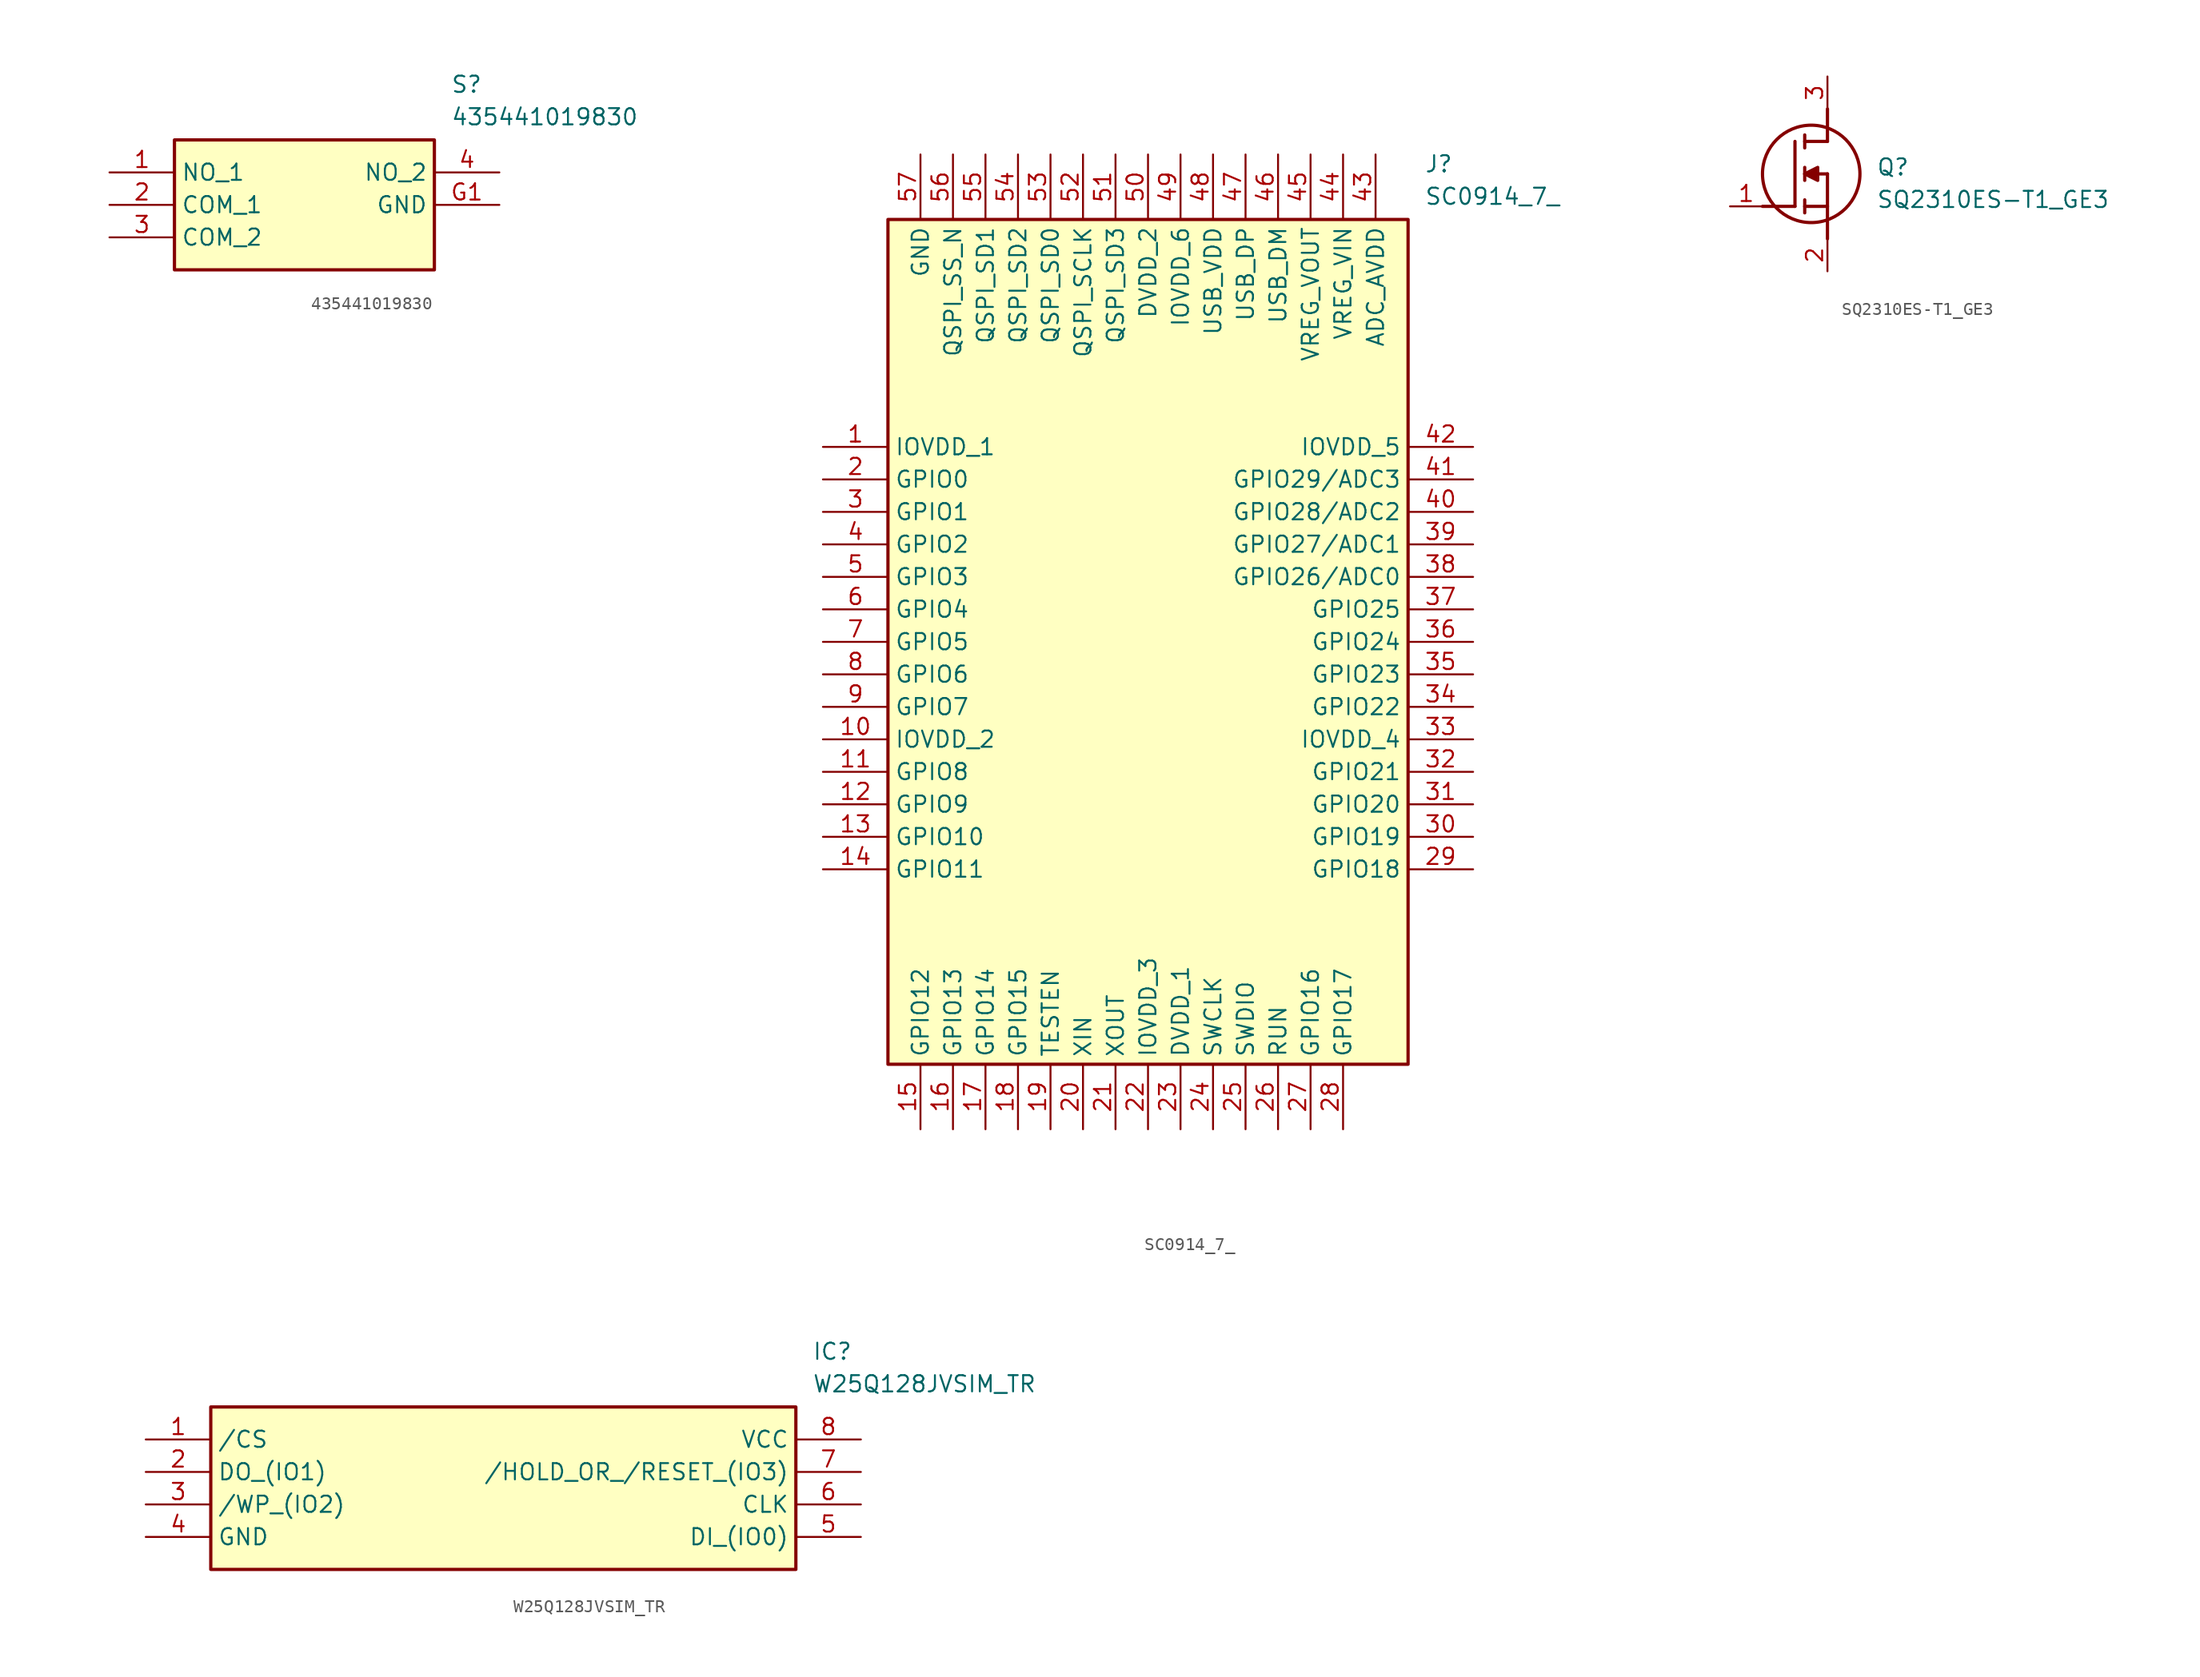
<source format=kicad_sym>
(kicad_symbol_lib
  (version 20220914)
  (generator SamacSys_ECAD_Model)
  (symbol "435441019830"
    (property "Reference" "S"
      (at 26.67 7.62 0)
      (effects (font (size 1.27 1.27)) (justify left top)))
    (property "Value" "435441019830"
      (at 26.67 5.08 0)
      (effects (font (size 1.27 1.27)) (justify left top)))
    (rectangle
      (start 5.08 2.54)
      (end 25.4 -7.62)
      (stroke (width 0.254) (type default))
      (fill (type background)))
    (pin passive line
      (at 0 0 0)
      (length 5.08)
      (name "NO_1" (effects (font (size 1.27 1.27))))
      (number "1" (effects (font (size 1.27 1.27)))))
    (pin passive line
      (at 0 -2.54 0)
      (length 5.08)
      (name "COM_1" (effects (font (size 1.27 1.27))))
      (number "2" (effects (font (size 1.27 1.27)))))
    (pin passive line
      (at 0 -5.08 0)
      (length 5.08)
      (name "COM_2" (effects (font (size 1.27 1.27))))
      (number "3" (effects (font (size 1.27 1.27)))))
    (pin passive line
      (at 30.48 0 180)
      (length 5.08)
      (name "NO_2" (effects (font (size 1.27 1.27))))
      (number "4" (effects (font (size 1.27 1.27)))))
    (pin passive line
      (at 30.48 -2.54 180)
      (length 5.08)
      (name "GND" (effects (font (size 1.27 1.27))))
      (number "G1" (effects (font (size 1.27 1.27))))))
  (symbol "SC0914_7_"
    (property "Reference" "J"
      (at 46.99 22.86 0)
      (effects (font (size 1.27 1.27)) (justify left top)))
    (property "Value" "SC0914_7_"
      (at 46.99 20.32 0)
      (effects (font (size 1.27 1.27)) (justify left top)))
    (rectangle
      (start 5.08 17.78)
      (end 45.72 -48.26)
      (stroke (width 0.254) (type default))
      (fill (type background)))
    (pin passive line
      (at 0 0 0)
      (length 5.08)
      (name "IOVDD_1" (effects (font (size 1.27 1.27))))
      (number "1" (effects (font (size 1.27 1.27)))))
    (pin passive line
      (at 0 -2.54 0)
      (length 5.08)
      (name "GPIO0" (effects (font (size 1.27 1.27))))
      (number "2" (effects (font (size 1.27 1.27)))))
    (pin passive line
      (at 0 -5.08 0)
      (length 5.08)
      (name "GPIO1" (effects (font (size 1.27 1.27))))
      (number "3" (effects (font (size 1.27 1.27)))))
    (pin passive line
      (at 0 -7.62 0)
      (length 5.08)
      (name "GPIO2" (effects (font (size 1.27 1.27))))
      (number "4" (effects (font (size 1.27 1.27)))))
    (pin passive line
      (at 0 -10.16 0)
      (length 5.08)
      (name "GPIO3" (effects (font (size 1.27 1.27))))
      (number "5" (effects (font (size 1.27 1.27)))))
    (pin passive line
      (at 0 -12.7 0)
      (length 5.08)
      (name "GPIO4" (effects (font (size 1.27 1.27))))
      (number "6" (effects (font (size 1.27 1.27)))))
    (pin passive line
      (at 0 -15.24 0)
      (length 5.08)
      (name "GPIO5" (effects (font (size 1.27 1.27))))
      (number "7" (effects (font (size 1.27 1.27)))))
    (pin passive line
      (at 0 -17.78 0)
      (length 5.08)
      (name "GPIO6" (effects (font (size 1.27 1.27))))
      (number "8" (effects (font (size 1.27 1.27)))))
    (pin passive line
      (at 0 -20.32 0)
      (length 5.08)
      (name "GPIO7" (effects (font (size 1.27 1.27))))
      (number "9" (effects (font (size 1.27 1.27)))))
    (pin passive line
      (at 0 -22.86 0)
      (length 5.08)
      (name "IOVDD_2" (effects (font (size 1.27 1.27))))
      (number "10" (effects (font (size 1.27 1.27)))))
    (pin passive line
      (at 0 -25.4 0)
      (length 5.08)
      (name "GPIO8" (effects (font (size 1.27 1.27))))
      (number "11" (effects (font (size 1.27 1.27)))))
    (pin passive line
      (at 0 -27.94 0)
      (length 5.08)
      (name "GPIO9" (effects (font (size 1.27 1.27))))
      (number "12" (effects (font (size 1.27 1.27)))))
    (pin passive line
      (at 0 -30.48 0)
      (length 5.08)
      (name "GPIO10" (effects (font (size 1.27 1.27))))
      (number "13" (effects (font (size 1.27 1.27)))))
    (pin passive line
      (at 0 -33.02 0)
      (length 5.08)
      (name "GPIO11" (effects (font (size 1.27 1.27))))
      (number "14" (effects (font (size 1.27 1.27)))))
    (pin passive line
      (at 7.62 -53.34 90)
      (length 5.08)
      (name "GPIO12" (effects (font (size 1.27 1.27))))
      (number "15" (effects (font (size 1.27 1.27)))))
    (pin passive line
      (at 10.16 -53.34 90)
      (length 5.08)
      (name "GPIO13" (effects (font (size 1.27 1.27))))
      (number "16" (effects (font (size 1.27 1.27)))))
    (pin passive line
      (at 12.7 -53.34 90)
      (length 5.08)
      (name "GPIO14" (effects (font (size 1.27 1.27))))
      (number "17" (effects (font (size 1.27 1.27)))))
    (pin passive line
      (at 15.24 -53.34 90)
      (length 5.08)
      (name "GPIO15" (effects (font (size 1.27 1.27))))
      (number "18" (effects (font (size 1.27 1.27)))))
    (pin passive line
      (at 17.78 -53.34 90)
      (length 5.08)
      (name "TESTEN" (effects (font (size 1.27 1.27))))
      (number "19" (effects (font (size 1.27 1.27)))))
    (pin passive line
      (at 20.32 -53.34 90)
      (length 5.08)
      (name "XIN" (effects (font (size 1.27 1.27))))
      (number "20" (effects (font (size 1.27 1.27)))))
    (pin passive line
      (at 22.86 -53.34 90)
      (length 5.08)
      (name "XOUT" (effects (font (size 1.27 1.27))))
      (number "21" (effects (font (size 1.27 1.27)))))
    (pin passive line
      (at 25.4 -53.34 90)
      (length 5.08)
      (name "IOVDD_3" (effects (font (size 1.27 1.27))))
      (number "22" (effects (font (size 1.27 1.27)))))
    (pin passive line
      (at 27.94 -53.34 90)
      (length 5.08)
      (name "DVDD_1" (effects (font (size 1.27 1.27))))
      (number "23" (effects (font (size 1.27 1.27)))))
    (pin passive line
      (at 30.48 -53.34 90)
      (length 5.08)
      (name "SWCLK" (effects (font (size 1.27 1.27))))
      (number "24" (effects (font (size 1.27 1.27)))))
    (pin passive line
      (at 33.02 -53.34 90)
      (length 5.08)
      (name "SWDIO" (effects (font (size 1.27 1.27))))
      (number "25" (effects (font (size 1.27 1.27)))))
    (pin passive line
      (at 35.56 -53.34 90)
      (length 5.08)
      (name "RUN" (effects (font (size 1.27 1.27))))
      (number "26" (effects (font (size 1.27 1.27)))))
    (pin passive line
      (at 38.1 -53.34 90)
      (length 5.08)
      (name "GPIO16" (effects (font (size 1.27 1.27))))
      (number "27" (effects (font (size 1.27 1.27)))))
    (pin passive line
      (at 40.64 -53.34 90)
      (length 5.08)
      (name "GPIO17" (effects (font (size 1.27 1.27))))
      (number "28" (effects (font (size 1.27 1.27)))))
    (pin passive line
      (at 50.8 0 180)
      (length 5.08)
      (name "IOVDD_5" (effects (font (size 1.27 1.27))))
      (number "42" (effects (font (size 1.27 1.27)))))
    (pin passive line
      (at 50.8 -2.54 180)
      (length 5.08)
      (name "GPIO29/ADC3" (effects (font (size 1.27 1.27))))
      (number "41" (effects (font (size 1.27 1.27)))))
    (pin passive line
      (at 50.8 -5.08 180)
      (length 5.08)
      (name "GPIO28/ADC2" (effects (font (size 1.27 1.27))))
      (number "40" (effects (font (size 1.27 1.27)))))
    (pin passive line
      (at 50.8 -7.62 180)
      (length 5.08)
      (name "GPIO27/ADC1" (effects (font (size 1.27 1.27))))
      (number "39" (effects (font (size 1.27 1.27)))))
    (pin passive line
      (at 50.8 -10.16 180)
      (length 5.08)
      (name "GPIO26/ADC0" (effects (font (size 1.27 1.27))))
      (number "38" (effects (font (size 1.27 1.27)))))
    (pin passive line
      (at 50.8 -12.7 180)
      (length 5.08)
      (name "GPIO25" (effects (font (size 1.27 1.27))))
      (number "37" (effects (font (size 1.27 1.27)))))
    (pin passive line
      (at 50.8 -15.24 180)
      (length 5.08)
      (name "GPIO24" (effects (font (size 1.27 1.27))))
      (number "36" (effects (font (size 1.27 1.27)))))
    (pin passive line
      (at 50.8 -17.78 180)
      (length 5.08)
      (name "GPIO23" (effects (font (size 1.27 1.27))))
      (number "35" (effects (font (size 1.27 1.27)))))
    (pin passive line
      (at 50.8 -20.32 180)
      (length 5.08)
      (name "GPIO22" (effects (font (size 1.27 1.27))))
      (number "34" (effects (font (size 1.27 1.27)))))
    (pin passive line
      (at 50.8 -22.86 180)
      (length 5.08)
      (name "IOVDD_4" (effects (font (size 1.27 1.27))))
      (number "33" (effects (font (size 1.27 1.27)))))
    (pin passive line
      (at 50.8 -25.4 180)
      (length 5.08)
      (name "GPIO21" (effects (font (size 1.27 1.27))))
      (number "32" (effects (font (size 1.27 1.27)))))
    (pin passive line
      (at 50.8 -27.94 180)
      (length 5.08)
      (name "GPIO20" (effects (font (size 1.27 1.27))))
      (number "31" (effects (font (size 1.27 1.27)))))
    (pin passive line
      (at 50.8 -30.48 180)
      (length 5.08)
      (name "GPIO19" (effects (font (size 1.27 1.27))))
      (number "30" (effects (font (size 1.27 1.27)))))
    (pin passive line
      (at 50.8 -33.02 180)
      (length 5.08)
      (name "GPIO18" (effects (font (size 1.27 1.27))))
      (number "29" (effects (font (size 1.27 1.27)))))
    (pin passive line
      (at 7.62 22.86 270)
      (length 5.08)
      (name "GND" (effects (font (size 1.27 1.27))))
      (number "57" (effects (font (size 1.27 1.27)))))
    (pin passive line
      (at 10.16 22.86 270)
      (length 5.08)
      (name "QSPI_SS_N" (effects (font (size 1.27 1.27))))
      (number "56" (effects (font (size 1.27 1.27)))))
    (pin passive line
      (at 12.7 22.86 270)
      (length 5.08)
      (name "QSPI_SD1" (effects (font (size 1.27 1.27))))
      (number "55" (effects (font (size 1.27 1.27)))))
    (pin passive line
      (at 15.24 22.86 270)
      (length 5.08)
      (name "QSPI_SD2" (effects (font (size 1.27 1.27))))
      (number "54" (effects (font (size 1.27 1.27)))))
    (pin passive line
      (at 17.78 22.86 270)
      (length 5.08)
      (name "QSPI_SD0" (effects (font (size 1.27 1.27))))
      (number "53" (effects (font (size 1.27 1.27)))))
    (pin passive line
      (at 20.32 22.86 270)
      (length 5.08)
      (name "QSPI_SCLK" (effects (font (size 1.27 1.27))))
      (number "52" (effects (font (size 1.27 1.27)))))
    (pin passive line
      (at 22.86 22.86 270)
      (length 5.08)
      (name "QSPI_SD3" (effects (font (size 1.27 1.27))))
      (number "51" (effects (font (size 1.27 1.27)))))
    (pin passive line
      (at 25.4 22.86 270)
      (length 5.08)
      (name "DVDD_2" (effects (font (size 1.27 1.27))))
      (number "50" (effects (font (size 1.27 1.27)))))
    (pin passive line
      (at 27.94 22.86 270)
      (length 5.08)
      (name "IOVDD_6" (effects (font (size 1.27 1.27))))
      (number "49" (effects (font (size 1.27 1.27)))))
    (pin passive line
      (at 30.48 22.86 270)
      (length 5.08)
      (name "USB_VDD" (effects (font (size 1.27 1.27))))
      (number "48" (effects (font (size 1.27 1.27)))))
    (pin passive line
      (at 33.02 22.86 270)
      (length 5.08)
      (name "USB_DP" (effects (font (size 1.27 1.27))))
      (number "47" (effects (font (size 1.27 1.27)))))
    (pin passive line
      (at 35.56 22.86 270)
      (length 5.08)
      (name "USB_DM" (effects (font (size 1.27 1.27))))
      (number "46" (effects (font (size 1.27 1.27)))))
    (pin passive line
      (at 38.1 22.86 270)
      (length 5.08)
      (name "VREG_VOUT" (effects (font (size 1.27 1.27))))
      (number "45" (effects (font (size 1.27 1.27)))))
    (pin passive line
      (at 40.64 22.86 270)
      (length 5.08)
      (name "VREG_VIN" (effects (font (size 1.27 1.27))))
      (number "44" (effects (font (size 1.27 1.27)))))
    (pin passive line
      (at 43.18 22.86 270)
      (length 5.08)
      (name "ADC_AVDD" (effects (font (size 1.27 1.27))))
      (number "43" (effects (font (size 1.27 1.27))))))
  (symbol "SQ2310ES-T1_GE3"
    (pin_names hide)
    (property "Reference" "Q"
      (at 11.43 3.81 0)
      (effects (font (size 1.27 1.27)) (justify left top)))
    (property "Value" "SQ2310ES-T1_GE3"
      (at 11.43 1.27 0)
      (effects (font (size 1.27 1.27)) (justify left top)))
    (polyline
      (pts (xy 7.62 2.54) (xy 7.62 -2.54))
      (stroke (width 0.254) (type default))
      (fill (type none)))
    (polyline
      (pts (xy 7.62 5.08) (xy 7.62 7.62))
      (stroke (width 0.254) (type default))
      (fill (type none)))
    (polyline
      (pts (xy 2.54 0) (xy 5.08 0))
      (stroke (width 0.254) (type default))
      (fill (type none)))
    (polyline
      (pts (xy 5.08 5.08) (xy 5.08 0))
      (stroke (width 0.254) (type default))
      (fill (type none)))
    (polyline
      (pts (xy 7.62 2.54) (xy 5.842 2.54))
      (stroke (width 0.254) (type default))
      (fill (type none)))
    (polyline
      (pts (xy 7.62 5.08) (xy 5.842 5.08))
      (stroke (width 0.254) (type default))
      (fill (type none)))
    (polyline
      (pts (xy 5.842 0) (xy 7.62 0))
      (stroke (width 0.254) (type default))
      (fill (type none)))
    (polyline
      (pts (xy 5.842 5.588) (xy 5.842 4.572))
      (stroke (width 0.254) (type default))
      (fill (type none)))
    (polyline
      (pts (xy 5.842 -0.508) (xy 5.842 0.508))
      (stroke (width 0.254) (type default))
      (fill (type none)))
    (polyline
      (pts (xy 5.842 2.032) (xy 5.842 3.048))
      (stroke (width 0.254) (type default))
      (fill (type none)))
    (circle
      (center 6.35 2.54)
      (radius 3.81)
      (stroke (width 0.254) (type default))
      (fill (type none)))
    (polyline
      (pts (xy 5.842 2.54) (xy 6.858 3.048) (xy 6.858 2.032) (xy 5.842 2.54))
      (stroke (width 0.254) (type default))
      (fill (type outline)))
    (pin passive line
      (at 0 0 0)
      (length 2.54)
      (name "G" (effects (font (size 1.27 1.27))))
      (number "1" (effects (font (size 1.27 1.27)))))
    (pin passive line
      (at 7.62 10.16 270)
      (length 2.54)
      (name "D" (effects (font (size 1.27 1.27))))
      (number "3" (effects (font (size 1.27 1.27)))))
    (pin passive line
      (at 7.62 -5.08 90)
      (length 2.54)
      (name "S" (effects (font (size 1.27 1.27))))
      (number "2" (effects (font (size 1.27 1.27))))))
  (symbol "W25Q128JVSIM_TR"
    (property "Reference" "IC"
      (at 52.07 7.62 0)
      (effects (font (size 1.27 1.27)) (justify left top)))
    (property "Value" "W25Q128JVSIM_TR"
      (at 52.07 5.08 0)
      (effects (font (size 1.27 1.27)) (justify left top)))
    (rectangle
      (start 5.08 2.54)
      (end 50.8 -10.16)
      (stroke (width 0.254) (type default))
      (fill (type background)))
    (pin passive line
      (at 0 0 0)
      (length 5.08)
      (name "/CS" (effects (font (size 1.27 1.27))))
      (number "1" (effects (font (size 1.27 1.27)))))
    (pin passive line
      (at 0 -2.54 0)
      (length 5.08)
      (name "DO_(IO1)" (effects (font (size 1.27 1.27))))
      (number "2" (effects (font (size 1.27 1.27)))))
    (pin passive line
      (at 0 -5.08 0)
      (length 5.08)
      (name "/WP_(IO2)" (effects (font (size 1.27 1.27))))
      (number "3" (effects (font (size 1.27 1.27)))))
    (pin passive line
      (at 0 -7.62 0)
      (length 5.08)
      (name "GND" (effects (font (size 1.27 1.27))))
      (number "4" (effects (font (size 1.27 1.27)))))
    (pin passive line
      (at 55.88 0 180)
      (length 5.08)
      (name "VCC" (effects (font (size 1.27 1.27))))
      (number "8" (effects (font (size 1.27 1.27)))))
    (pin passive line
      (at 55.88 -2.54 180)
      (length 5.08)
      (name "/HOLD_OR_/RESET_(IO3)" (effects (font (size 1.27 1.27))))
      (number "7" (effects (font (size 1.27 1.27)))))
    (pin passive line
      (at 55.88 -5.08 180)
      (length 5.08)
      (name "CLK" (effects (font (size 1.27 1.27))))
      (number "6" (effects (font (size 1.27 1.27)))))
    (pin passive line
      (at 55.88 -7.62 180)
      (length 5.08)
      (name "DI_(IO0)" (effects (font (size 1.27 1.27))))
      (number "5" (effects (font (size 1.27 1.27)))))))
</source>
